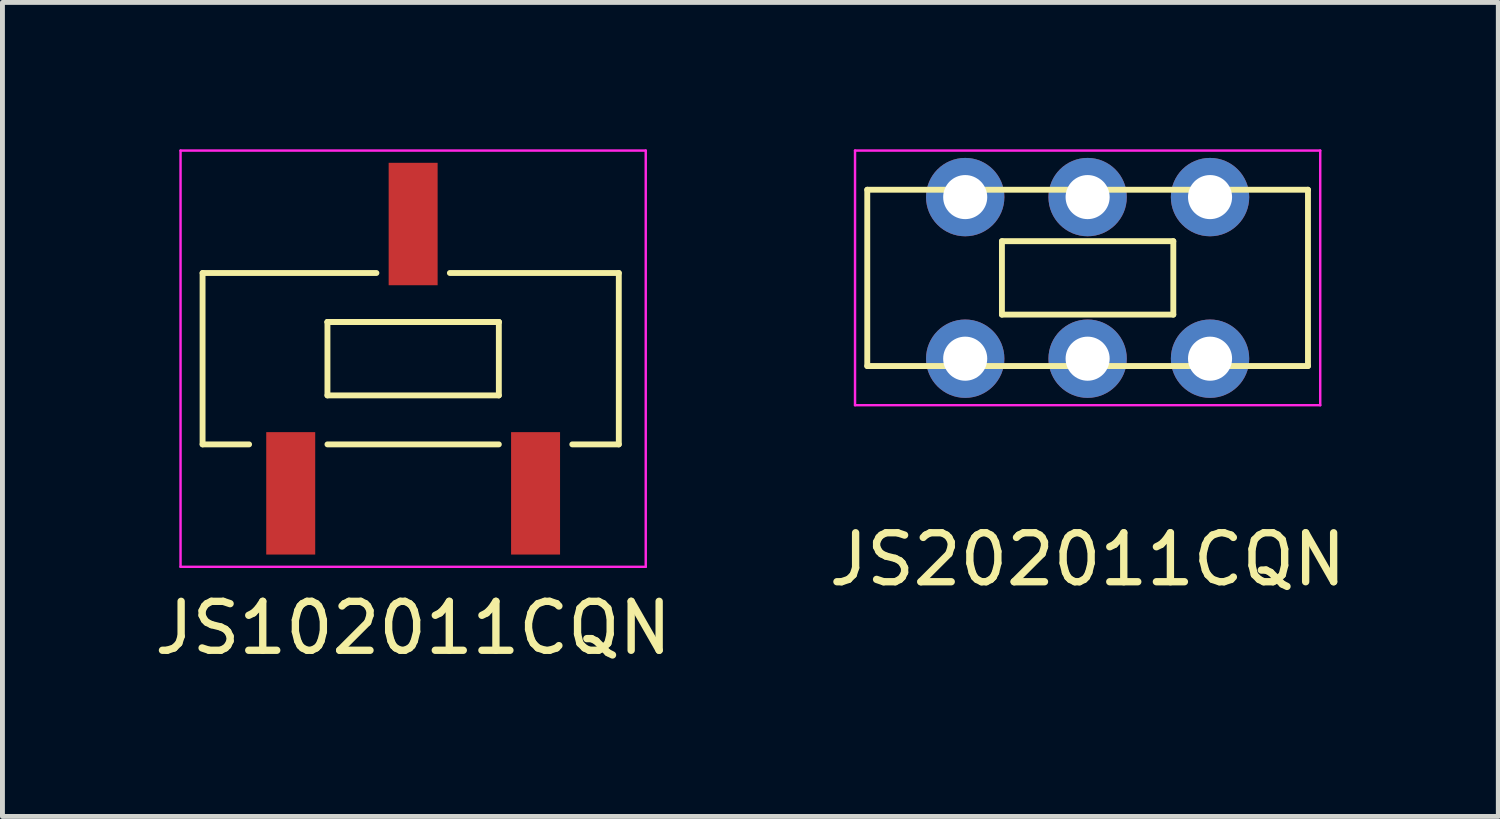
<source format=kicad_pcb>
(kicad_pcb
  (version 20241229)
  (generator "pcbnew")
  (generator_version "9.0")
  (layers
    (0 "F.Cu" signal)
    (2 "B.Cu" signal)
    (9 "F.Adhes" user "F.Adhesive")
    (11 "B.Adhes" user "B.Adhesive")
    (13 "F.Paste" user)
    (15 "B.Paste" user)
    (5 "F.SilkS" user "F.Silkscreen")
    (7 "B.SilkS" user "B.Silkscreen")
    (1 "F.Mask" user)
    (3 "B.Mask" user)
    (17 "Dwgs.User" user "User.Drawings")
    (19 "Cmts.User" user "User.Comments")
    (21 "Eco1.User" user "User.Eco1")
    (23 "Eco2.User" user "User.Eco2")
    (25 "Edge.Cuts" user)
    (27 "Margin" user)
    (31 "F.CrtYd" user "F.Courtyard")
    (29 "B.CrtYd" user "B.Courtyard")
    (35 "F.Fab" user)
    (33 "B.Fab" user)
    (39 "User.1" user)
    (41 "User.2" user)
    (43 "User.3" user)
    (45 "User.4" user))
  (footprint "JS102011CQN"
    (layer "F.Cu")
    (at 5.387 1.525)
    (property "Reference" "JS102011CQN" (at 0 8.25 0) (layer "F.SilkS") (effects (font (size 1 1) (thickness 0.15))))
    (attr through_hole)
    (fp_line (start -4.3 1) (end -4.3 4.5) (stroke (width 0.12) (type solid)) (layer "F.SilkS"))
    (fp_line (start -3.35 4.5) (end -4.3 4.5) (stroke (width 0.12) (type solid)) (layer "F.SilkS"))
    (fp_line (start -1.75 2) (end -1.75 3.5) (stroke (width 0.12) (type solid)) (layer "F.SilkS"))
    (fp_line (start -1.75 2) (end 1.75 2) (stroke (width 0.12) (type solid)) (layer "F.SilkS"))
    (fp_line (start -1.75 3.5) (end 1.75 3.5) (stroke (width 0.12) (type solid)) (layer "F.SilkS"))
    (fp_line (start -1.75 4.5) (end 1.75 4.5) (stroke (width 0.12) (type solid)) (layer "F.SilkS"))
    (fp_line (start -0.75 1) (end -4.3 1) (stroke (width 0.12) (type solid)) (layer "F.SilkS"))
    (fp_line (start 1.75 2) (end -1.75 2) (stroke (width 0.12) (type solid)) (layer "F.SilkS"))
    (fp_line (start 1.75 3.5) (end 1.75 2) (stroke (width 0.12) (type solid)) (layer "F.SilkS"))
    (fp_line (start 4.2 1) (end 0.75 1) (stroke (width 0.12) (type solid)) (layer "F.SilkS"))
    (fp_line (start 4.2 4.5) (end 3.25 4.5) (stroke (width 0.12) (type solid)) (layer "F.SilkS"))
    (fp_line (start 4.2 4.5) (end 4.2 1) (stroke (width 0.12) (type solid)) (layer "F.SilkS"))
    (fp_line (start -4.75 -1.5) (end 4.75 -1.5) (stroke (width 0.05) (type solid)) (layer "F.CrtYd"))
    (fp_line (start -4.75 7) (end -4.75 -1.5) (stroke (width 0.05) (type solid)) (layer "F.CrtYd"))
    (fp_line (start -4.75 7) (end 4.75 7) (stroke (width 0.05) (type solid)) (layer "F.CrtYd"))
    (fp_line (start 4.75 7) (end 4.75 -1.5) (stroke (width 0.05) (type solid)) (layer "F.CrtYd"))
    (pad "1" smd rect (at -2.5 5.5) (size 1 2.5) (layers "F.Cu" "F.Mask" "F.Paste"))
    (pad "2" smd rect (at 0 0) (size 1 2.5) (layers "F.Cu" "F.Mask" "F.Paste"))
    (pad "3" smd rect (at 2.5 5.5) (size 1 2.5) (layers "F.Cu" "F.Mask" "F.Paste")))
  (footprint "JS202011CQN"
    (layer "F.Cu")
    (at 19.161 2.625)
    (property "Reference" "JS202011CQN" (at 0 5.75 0) (layer "F.SilkS") (effects (font (size 1 1) (thickness 0.15))))
    (attr through_hole)
    (fp_line (start -4.5 -1.8) (end 4.5 -1.8) (stroke (width 0.12) (type solid)) (layer "F.SilkS"))
    (fp_line (start -4.5 1.8) (end -4.5 -1.8) (stroke (width 0.12) (type solid)) (layer "F.SilkS"))
    (fp_line (start -1.75 -0.75) (end -1.75 0.75) (stroke (width 0.12) (type solid)) (layer "F.SilkS"))
    (fp_line (start -1.75 0.75) (end 1.75 0.75) (stroke (width 0.12) (type solid)) (layer "F.SilkS"))
    (fp_line (start 1.75 -0.75) (end -1.75 -0.75) (stroke (width 0.12) (type solid)) (layer "F.SilkS"))
    (fp_line (start 1.75 0.75) (end 1.75 -0.75) (stroke (width 0.12) (type solid)) (layer "F.SilkS"))
    (fp_line (start 4.5 -1.8) (end 4.5 1.8) (stroke (width 0.12) (type solid)) (layer "F.SilkS"))
    (fp_line (start 4.5 1.8) (end -4.5 1.8) (stroke (width 0.12) (type solid)) (layer "F.SilkS"))
    (fp_line (start -4.75 -2.6) (end -4.75 2.6) (stroke (width 0.05) (type solid)) (layer "F.CrtYd"))
    (fp_line (start -4.75 2.6) (end 4.75 2.6) (stroke (width 0.05) (type solid)) (layer "F.CrtYd"))
    (fp_line (start 4.75 -2.6) (end -4.75 -2.6) (stroke (width 0.05) (type solid)) (layer "F.CrtYd"))
    (fp_line (start 4.75 2.6) (end 4.75 -2.6) (stroke (width 0.05) (type solid)) (layer "F.CrtYd"))
    (pad "1" thru_hole circle (at -2.5 1.65) (size 1.6 1.6) (drill 0.9) (layers "*.Cu" "*.Mask"))
    (pad "2" thru_hole circle (at 0 1.65) (size 1.6 1.6) (drill 0.9) (layers "*.Cu" "*.Mask"))
    (pad "3" thru_hole circle (at 2.5 1.65) (size 1.6 1.6) (drill 0.9) (layers "*.Cu" "*.Mask"))
    (pad "4" thru_hole circle (at -2.5 -1.65) (size 1.6 1.6) (drill 0.9) (layers "*.Cu" "*.Mask"))
    (pad "5" thru_hole circle (at 0 -1.65) (size 1.6 1.6) (drill 0.9) (layers "*.Cu" "*.Mask"))
    (pad "6" thru_hole circle (at 2.5 -1.65) (size 1.6 1.6) (drill 0.9) (layers "*.Cu" "*.Mask")))
  (gr_rect
    (start -3 -3)
    (end 27.548 13.623)
    (stroke (width 0.1) (type default))
    (fill no)
    (layer "Edge.Cuts")))
</source>
